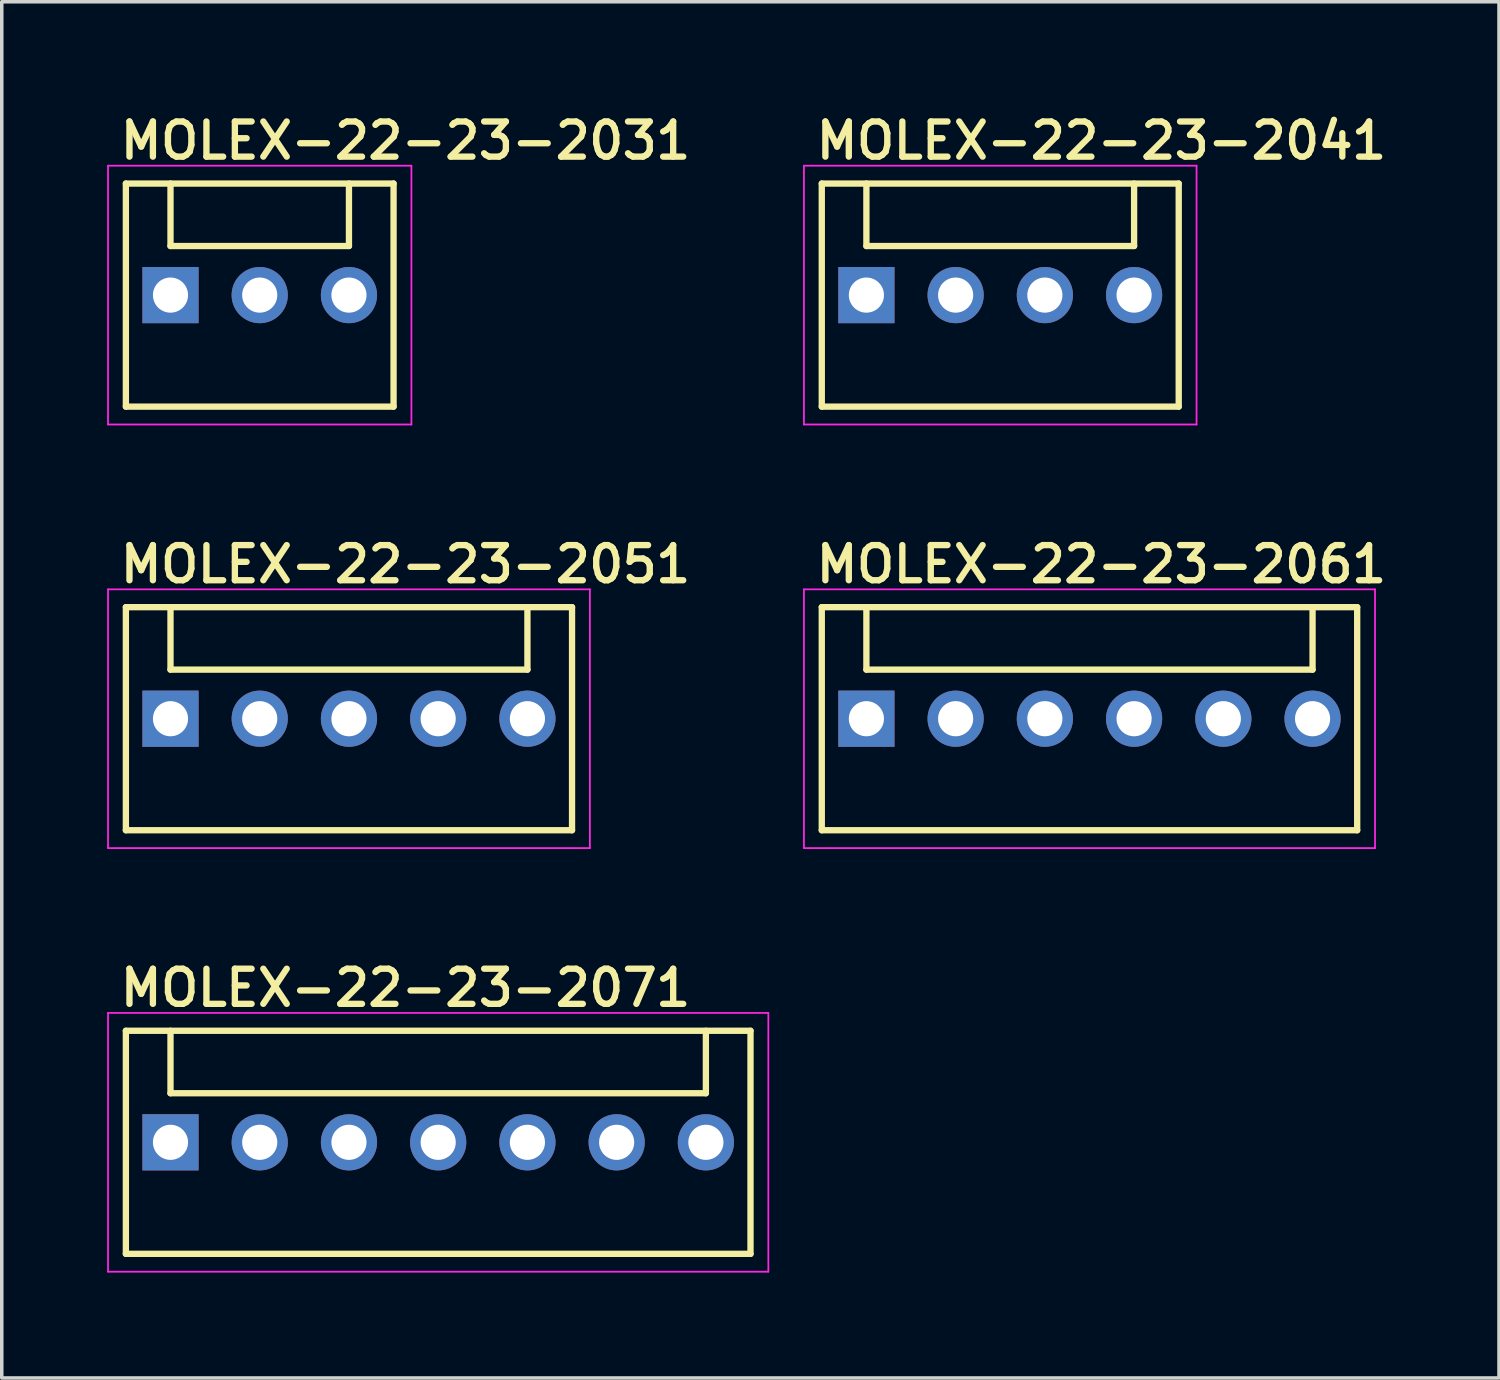
<source format=kicad_pcb>
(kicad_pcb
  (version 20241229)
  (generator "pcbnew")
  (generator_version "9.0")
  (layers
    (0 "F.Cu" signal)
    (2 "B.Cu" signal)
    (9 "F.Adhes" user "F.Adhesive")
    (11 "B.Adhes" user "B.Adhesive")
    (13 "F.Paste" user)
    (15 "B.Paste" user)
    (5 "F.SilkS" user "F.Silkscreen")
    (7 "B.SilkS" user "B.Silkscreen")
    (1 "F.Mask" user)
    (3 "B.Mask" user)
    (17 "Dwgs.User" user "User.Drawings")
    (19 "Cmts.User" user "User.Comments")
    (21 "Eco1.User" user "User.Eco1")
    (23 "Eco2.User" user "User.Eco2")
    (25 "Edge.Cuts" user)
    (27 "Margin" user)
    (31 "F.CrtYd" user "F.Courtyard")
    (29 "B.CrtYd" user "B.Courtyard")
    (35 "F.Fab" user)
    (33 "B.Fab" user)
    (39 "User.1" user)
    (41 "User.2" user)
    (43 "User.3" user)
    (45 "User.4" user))
  (footprint "MOLEX-22-23-2031"
    (layer "F.Cu")
    (at 4.343 5.35)
    (property "Reference" "MOLEX-22-23-2031" (at -4.064 -3.81 0) (layer "F.SilkS") (effects (font (size 1 1) (thickness 0.18)) (justify left bottom)))
    (attr through_hole)
    (fp_line (start -3.81 -3.175) (end 3.81 -3.175) (stroke (width 0.18) (type solid)) (layer "F.SilkS"))
    (fp_line (start -3.81 3.175) (end -3.81 -3.175) (stroke (width 0.18) (type solid)) (layer "F.SilkS"))
    (fp_line (start -2.54 -1.397) (end -2.54 -3.175) (stroke (width 0.18) (type solid)) (layer "F.SilkS"))
    (fp_line (start -2.54 -1.397) (end 2.54 -1.397) (stroke (width 0.18) (type solid)) (layer "F.SilkS"))
    (fp_line (start 2.54 -1.397) (end 2.54 -3.175) (stroke (width 0.18) (type solid)) (layer "F.SilkS"))
    (fp_line (start 3.81 -3.175) (end 3.81 3.175) (stroke (width 0.18) (type solid)) (layer "F.SilkS"))
    (fp_line (start 3.81 3.175) (end -3.81 3.175) (stroke (width 0.18) (type solid)) (layer "F.SilkS"))
    (fp_line (start -4.318 -3.683) (end 4.318 -3.683) (stroke (width 0.05) (type solid)) (layer "F.CrtYd"))
    (fp_line (start -4.318 3.683) (end -4.318 -3.683) (stroke (width 0.05) (type solid)) (layer "F.CrtYd"))
    (fp_line (start 4.318 -3.683) (end 4.318 3.683) (stroke (width 0.05) (type solid)) (layer "F.CrtYd"))
    (fp_line (start 4.318 3.683) (end -4.318 3.683) (stroke (width 0.05) (type solid)) (layer "F.CrtYd"))
    (pad "1" thru_hole rect (at -2.54 0) (size 1.6 1.6) (drill 1) (layers "*.Cu" "*.Mask"))
    (pad "2" thru_hole circle (at 0 0 90) (size 1.6 1.6) (drill 1) (layers "*.Cu" "*.Mask"))
    (pad "3" thru_hole circle (at 2.54 0 90) (size 1.6 1.6) (drill 1) (layers "*.Cu" "*.Mask")))
  (footprint "MOLEX-22-23-2051"
    (layer "F.Cu")
    (at 6.883 17.408)
    (property "Reference" "MOLEX-22-23-2051" (at -6.604 -3.81 0) (layer "F.SilkS") (effects (font (size 1 1) (thickness 0.18)) (justify left bottom)))
    (attr through_hole)
    (fp_line (start -6.35 -3.175) (end 6.35 -3.175) (stroke (width 0.18) (type solid)) (layer "F.SilkS"))
    (fp_line (start -6.35 3.175) (end -6.35 -3.175) (stroke (width 0.18) (type solid)) (layer "F.SilkS"))
    (fp_line (start -5.08 -1.397) (end -5.08 -3.175) (stroke (width 0.18) (type solid)) (layer "F.SilkS"))
    (fp_line (start -5.08 -1.397) (end 5.08 -1.397) (stroke (width 0.18) (type solid)) (layer "F.SilkS"))
    (fp_line (start 5.08 -1.397) (end 5.08 -3.175) (stroke (width 0.18) (type solid)) (layer "F.SilkS"))
    (fp_line (start 6.35 -3.175) (end 6.35 3.175) (stroke (width 0.18) (type solid)) (layer "F.SilkS"))
    (fp_line (start 6.35 3.175) (end -6.35 3.175) (stroke (width 0.18) (type solid)) (layer "F.SilkS"))
    (fp_line (start -6.858 -3.683) (end 6.858 -3.683) (stroke (width 0.05) (type solid)) (layer "F.CrtYd"))
    (fp_line (start -6.858 3.683) (end -6.858 -3.683) (stroke (width 0.05) (type solid)) (layer "F.CrtYd"))
    (fp_line (start 6.858 -3.683) (end 6.858 3.683) (stroke (width 0.05) (type solid)) (layer "F.CrtYd"))
    (fp_line (start 6.858 3.683) (end -6.858 3.683) (stroke (width 0.05) (type solid)) (layer "F.CrtYd"))
    (pad "1" thru_hole rect (at -5.08 0) (size 1.6 1.6) (drill 1) (layers "*.Cu" "*.Mask"))
    (pad "2" thru_hole circle (at -2.54 0 90) (size 1.6 1.6) (drill 1) (layers "*.Cu" "*.Mask"))
    (pad "3" thru_hole circle (at 0 0 90) (size 1.6 1.6) (drill 1) (layers "*.Cu" "*.Mask"))
    (pad "4" thru_hole circle (at 2.54 0 90) (size 1.6 1.6) (drill 1) (layers "*.Cu" "*.Mask"))
    (pad "5" thru_hole circle (at 5.08 0 90) (size 1.6 1.6) (drill 1) (layers "*.Cu" "*.Mask")))
  (footprint "MOLEX-22-23-2061"
    (layer "F.Cu")
    (at 27.962 17.408)
    (property "Reference" "MOLEX-22-23-2061" (at -7.874 -3.81 0) (layer "F.SilkS") (effects (font (size 1 1) (thickness 0.18)) (justify left bottom)))
    (attr through_hole)
    (fp_line (start -7.62 3.175) (end -7.62 -3.175) (stroke (width 0.18) (type solid)) (layer "F.SilkS"))
    (fp_line (start -6.35 -1.397) (end -6.35 -3.175) (stroke (width 0.18) (type solid)) (layer "F.SilkS"))
    (fp_line (start -6.35 -1.397) (end 6.35 -1.397) (stroke (width 0.18) (type solid)) (layer "F.SilkS"))
    (fp_line (start 6.35 -1.397) (end 6.35 -3.175) (stroke (width 0.18) (type solid)) (layer "F.SilkS"))
    (fp_line (start 7.62 -3.175) (end -7.62 -3.175) (stroke (width 0.18) (type solid)) (layer "F.SilkS"))
    (fp_line (start 7.62 -3.175) (end 7.62 3.175) (stroke (width 0.18) (type solid)) (layer "F.SilkS"))
    (fp_line (start 7.62 3.175) (end -7.62 3.175) (stroke (width 0.18) (type solid)) (layer "F.SilkS"))
    (fp_line (start -8.128 -3.683) (end 8.128 -3.683) (stroke (width 0.05) (type solid)) (layer "F.CrtYd"))
    (fp_line (start -8.128 3.683) (end -8.128 -3.683) (stroke (width 0.05) (type solid)) (layer "F.CrtYd"))
    (fp_line (start 8.128 -3.683) (end 8.128 3.683) (stroke (width 0.05) (type solid)) (layer "F.CrtYd"))
    (fp_line (start 8.128 3.683) (end -8.128 3.683) (stroke (width 0.05) (type solid)) (layer "F.CrtYd"))
    (pad "1" thru_hole rect (at -6.35 0) (size 1.6 1.6) (drill 1) (layers "*.Cu" "*.Mask"))
    (pad "2" thru_hole circle (at -3.81 0 90) (size 1.6 1.6) (drill 1) (layers "*.Cu" "*.Mask"))
    (pad "3" thru_hole circle (at -1.27 0 90) (size 1.6 1.6) (drill 1) (layers "*.Cu" "*.Mask"))
    (pad "4" thru_hole circle (at 1.27 0 90) (size 1.6 1.6) (drill 1) (layers "*.Cu" "*.Mask"))
    (pad "5" thru_hole circle (at 3.81 0 90) (size 1.6 1.6) (drill 1) (layers "*.Cu" "*.Mask"))
    (pad "6" thru_hole circle (at 6.35 0 90) (size 1.6 1.6) (drill 1) (layers "*.Cu" "*.Mask")))
  (footprint "MOLEX-22-23-2071"
    (layer "F.Cu")
    (at 9.423 29.466)
    (property "Reference" "MOLEX-22-23-2071" (at -9.144 -3.81 0) (layer "F.SilkS") (effects (font (size 1 1) (thickness 0.18)) (justify left bottom)))
    (attr through_hole)
    (fp_line (start -8.89 -3.175) (end 8.89 -3.175) (stroke (width 0.18) (type solid)) (layer "F.SilkS"))
    (fp_line (start -8.89 3.175) (end -8.89 -3.175) (stroke (width 0.18) (type solid)) (layer "F.SilkS"))
    (fp_line (start -7.62 -1.397) (end -7.62 -3.175) (stroke (width 0.18) (type solid)) (layer "F.SilkS"))
    (fp_line (start -7.62 -1.397) (end 7.62 -1.397) (stroke (width 0.18) (type solid)) (layer "F.SilkS"))
    (fp_line (start 7.62 -1.397) (end 7.62 -3.175) (stroke (width 0.18) (type solid)) (layer "F.SilkS"))
    (fp_line (start 8.89 -3.175) (end 8.89 3.175) (stroke (width 0.18) (type solid)) (layer "F.SilkS"))
    (fp_line (start 8.89 3.175) (end -8.89 3.175) (stroke (width 0.18) (type solid)) (layer "F.SilkS"))
    (fp_line (start -9.398 -3.683) (end 9.398 -3.683) (stroke (width 0.05) (type solid)) (layer "F.CrtYd"))
    (fp_line (start -9.398 3.683) (end -9.398 -3.683) (stroke (width 0.05) (type solid)) (layer "F.CrtYd"))
    (fp_line (start 9.398 -3.683) (end 9.398 3.683) (stroke (width 0.05) (type solid)) (layer "F.CrtYd"))
    (fp_line (start 9.398 3.683) (end -9.398 3.683) (stroke (width 0.05) (type solid)) (layer "F.CrtYd"))
    (pad "1" thru_hole rect (at -7.62 0) (size 1.6 1.6) (drill 1) (layers "*.Cu" "*.Mask"))
    (pad "2" thru_hole circle (at -5.08 0 90) (size 1.6 1.6) (drill 1) (layers "*.Cu" "*.Mask"))
    (pad "3" thru_hole circle (at -2.54 0 90) (size 1.6 1.6) (drill 1) (layers "*.Cu" "*.Mask"))
    (pad "4" thru_hole circle (at 0 0 90) (size 1.6 1.6) (drill 1) (layers "*.Cu" "*.Mask"))
    (pad "5" thru_hole circle (at 2.54 0 90) (size 1.6 1.6) (drill 1) (layers "*.Cu" "*.Mask"))
    (pad "6" thru_hole circle (at 5.08 0 90) (size 1.6 1.6) (drill 1) (layers "*.Cu" "*.Mask"))
    (pad "7" thru_hole circle (at 7.62 0 90) (size 1.6 1.6) (drill 1) (layers "*.Cu" "*.Mask")))
  (footprint "MOLEX-22-23-2041"
    (layer "F.Cu")
    (at 25.422 5.35)
    (property "Reference" "MOLEX-22-23-2041" (at -5.334 -3.81 0) (layer "F.SilkS") (effects (font (size 1 1) (thickness 0.18)) (justify left bottom)))
    (attr through_hole)
    (fp_line (start -5.08 3.175) (end -5.08 -3.175) (stroke (width 0.18) (type solid)) (layer "F.SilkS"))
    (fp_line (start -3.81 -1.397) (end -3.81 -3.175) (stroke (width 0.18) (type solid)) (layer "F.SilkS"))
    (fp_line (start -3.81 -1.397) (end 3.81 -1.397) (stroke (width 0.18) (type solid)) (layer "F.SilkS"))
    (fp_line (start 3.81 -1.397) (end 3.81 -3.175) (stroke (width 0.18) (type solid)) (layer "F.SilkS"))
    (fp_line (start 5.08 -3.175) (end -5.08 -3.175) (stroke (width 0.18) (type solid)) (layer "F.SilkS"))
    (fp_line (start 5.08 -3.175) (end 5.08 3.175) (stroke (width 0.18) (type solid)) (layer "F.SilkS"))
    (fp_line (start 5.08 3.175) (end -5.08 3.175) (stroke (width 0.18) (type solid)) (layer "F.SilkS"))
    (fp_line (start -5.588 -3.683) (end 5.588 -3.683) (stroke (width 0.05) (type solid)) (layer "F.CrtYd"))
    (fp_line (start -5.588 3.683) (end -5.588 -3.683) (stroke (width 0.05) (type solid)) (layer "F.CrtYd"))
    (fp_line (start 5.588 -3.683) (end 5.588 3.683) (stroke (width 0.05) (type solid)) (layer "F.CrtYd"))
    (fp_line (start 5.588 3.683) (end -5.588 3.683) (stroke (width 0.05) (type solid)) (layer "F.CrtYd"))
    (pad "1" thru_hole rect (at -3.81 0) (size 1.6 1.6) (drill 1) (layers "*.Cu" "*.Mask"))
    (pad "2" thru_hole circle (at -1.27 0 90) (size 1.6 1.6) (drill 1) (layers "*.Cu" "*.Mask"))
    (pad "3" thru_hole circle (at 1.27 0 90) (size 1.6 1.6) (drill 1) (layers "*.Cu" "*.Mask"))
    (pad "4" thru_hole circle (at 3.81 0 90) (size 1.6 1.6) (drill 1) (layers "*.Cu" "*.Mask")))
  (gr_rect
    (start -3 -3)
    (end 39.619 36.174)
    (stroke (width 0.1) (type default))
    (fill no)
    (layer "Edge.Cuts")))
</source>
